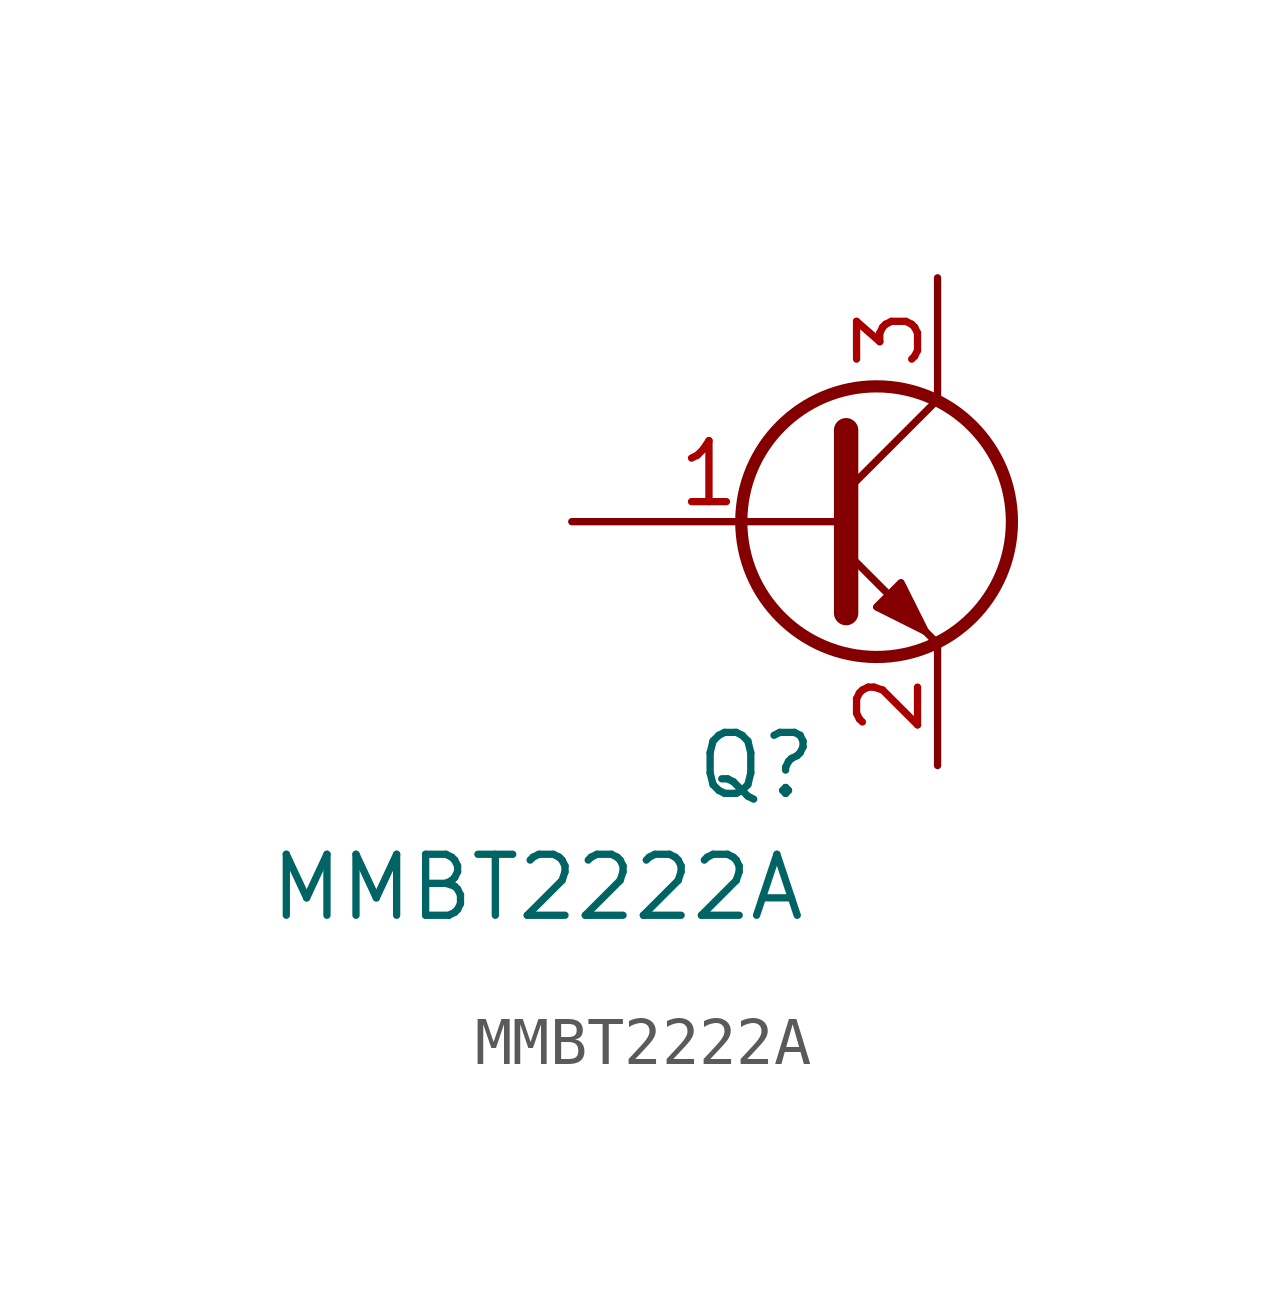
<source format=kicad_sym>
(kicad_symbol_lib
  (version 20220914)
  (generator kicad_symbol_editor)
  (symbol "MMBT2222A"
    (pin_names
      (offset 0) hide)
    (property "Reference" "Q"
      (at -2.54 -5.08 0)
      (effects (font (size 1.27 1.27)) (justify left)))
    (property "Value" "MMBT2222A"
      (at -11.43 -7.62 0)
      (effects (font (size 1.27 1.27)) (justify left)))
    (symbol "MMBT2222A_0_1"
      (polyline (pts (xy 0.635 0.635) (xy 2.54 2.54)) (stroke (width 0) (type default)) (fill (type none)))
      (polyline (pts (xy 0.635 -0.635) (xy 2.54 -2.54) (xy 2.54 -2.54)) (stroke (width 0) (type default)) (fill (type none)))
      (polyline (pts (xy 0.635 1.905) (xy 0.635 -1.905) (xy 0.635 -1.905)) (stroke (width 0.508) (type default)) (fill (type none)))
      (polyline (pts (xy 1.27 -1.778) (xy 1.778 -1.27) (xy 2.286 -2.286) (xy 1.27 -1.778) (xy 1.27 -1.778)) (stroke (width 0) (type default)) (fill (type outline)))
      (circle (center 1.27 0) (radius 2.819) (stroke (width 0.254) (type default)) (fill (type none))))
    (symbol "MMBT2222A_1_1"
      (pin input line (at -5.08 0 0) (length 5.715) (name "B" (effects (font (size 1.27 1.27)))) (number "1" (effects (font (size 1.27 1.27)))))
      (pin passive line (at 2.54 -5.08 90) (length 2.54) (name "E" (effects (font (size 1.27 1.27)))) (number "2" (effects (font (size 1.27 1.27)))))
      (pin passive line (at 2.54 5.08 270) (length 2.54) (name "C" (effects (font (size 1.27 1.27)))) (number "3" (effects (font (size 1.27 1.27))))))))
</source>
